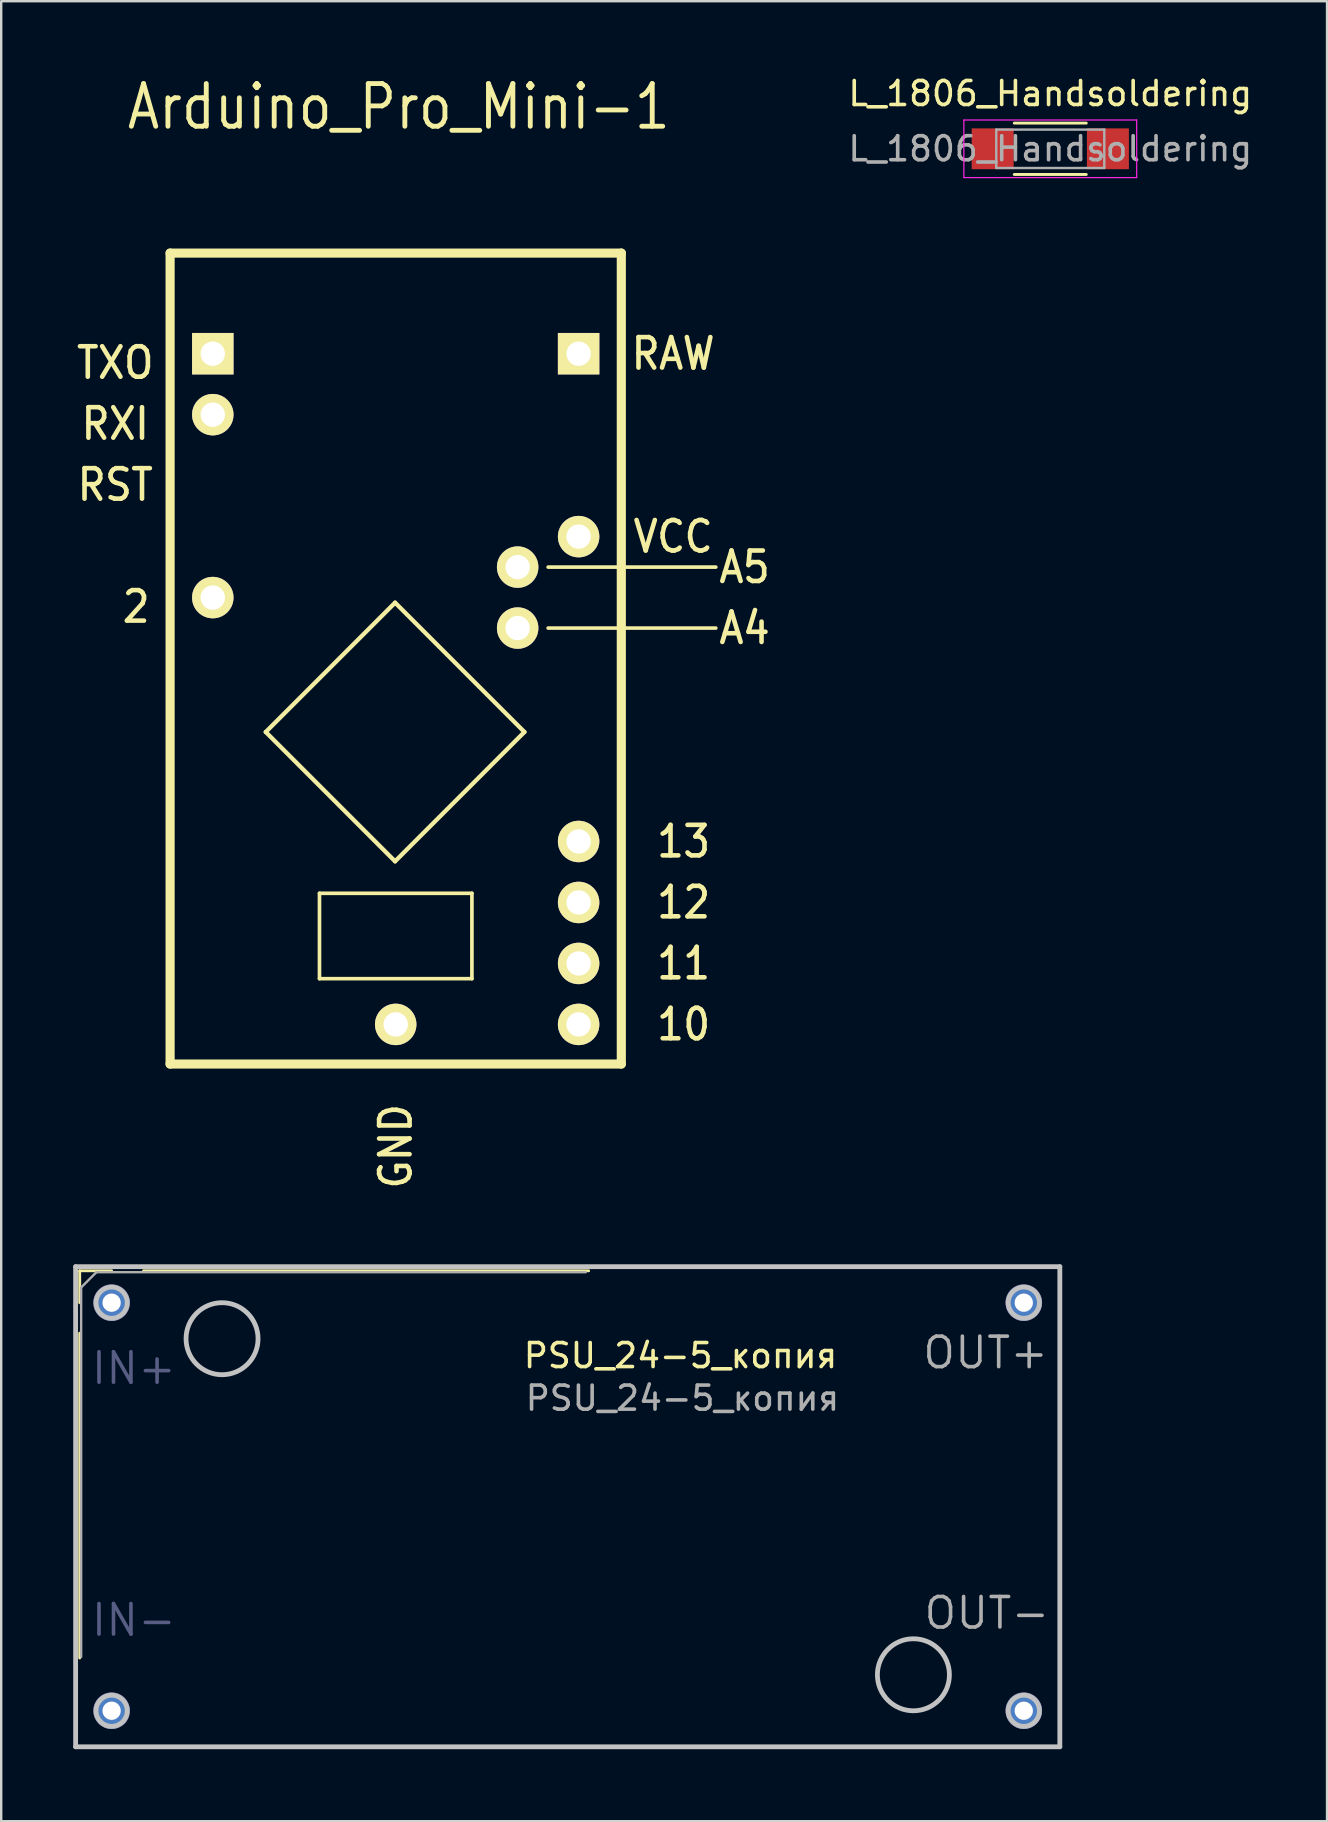
<source format=kicad_pcb>
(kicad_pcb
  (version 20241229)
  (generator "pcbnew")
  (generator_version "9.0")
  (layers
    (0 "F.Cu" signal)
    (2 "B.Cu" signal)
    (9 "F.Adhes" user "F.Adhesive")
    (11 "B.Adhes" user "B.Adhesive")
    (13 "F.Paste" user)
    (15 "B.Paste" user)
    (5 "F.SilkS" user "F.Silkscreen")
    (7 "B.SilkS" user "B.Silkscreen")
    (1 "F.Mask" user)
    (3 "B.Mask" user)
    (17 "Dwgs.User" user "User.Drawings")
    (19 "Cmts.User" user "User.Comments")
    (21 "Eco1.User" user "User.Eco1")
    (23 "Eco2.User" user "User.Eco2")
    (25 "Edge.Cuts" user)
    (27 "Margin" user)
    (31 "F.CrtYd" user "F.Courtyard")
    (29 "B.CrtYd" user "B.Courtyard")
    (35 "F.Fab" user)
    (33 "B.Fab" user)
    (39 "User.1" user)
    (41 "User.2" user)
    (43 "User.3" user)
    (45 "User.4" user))
  (footprint "PSU_24-5_копия"
    (layer "F.Cu")
    (at 1.6 51.217)
    (property "Reference" "PSU_24-5_копия" (at 23.698 2.205 0) (layer "F.SilkS") (effects (font (size 1 1) (thickness 0.15))))
    (attr through_hole)
    (fp_line (start -1.33 -1.33) (end -1.33 0) (stroke (width 0.12) (type solid)) (layer "F.SilkS"))
    (fp_line (start -1.33 14.8) (end -1.33 1.27) (stroke (width 0.12) (type solid)) (layer "F.SilkS"))
    (fp_line (start 0 -1.33) (end -1.33 -1.33) (stroke (width 0.12) (type solid)) (layer "F.SilkS"))
    (fp_line (start 1.33 -1.33) (end 19.872 -1.33) (stroke (width 0.12) (type solid)) (layer "F.SilkS"))
    (fp_line (start -1.5 -1.5) (end 39.5 -1.5) (stroke (width 0.2) (type solid)) (layer "Dwgs.User"))
    (fp_line (start -1.5 18.5) (end -1.5 -1.5) (stroke (width 0.2) (type solid)) (layer "Dwgs.User"))
    (fp_line (start 39.5 -1.5) (end 39.5 18.5) (stroke (width 0.2) (type solid)) (layer "Dwgs.User"))
    (fp_line (start 39.5 18.5) (end -1.5 18.5) (stroke (width 0.2) (type solid)) (layer "Dwgs.User"))
    (fp_circle (center 0 0) (end 0.65 0) (stroke (width 0.2) (type solid)) (fill no) (layer "Dwgs.User"))
    (fp_circle (center 0 17) (end 0.65 17) (stroke (width 0.2) (type solid)) (fill no) (layer "Dwgs.User"))
    (fp_circle (center 4.6 1.5) (end 6.1 1.5) (stroke (width 0.2) (type solid)) (fill no) (layer "Dwgs.User"))
    (fp_circle (center 33.4 15.5) (end 34.9 15.5) (stroke (width 0.2) (type solid)) (fill no) (layer "Dwgs.User"))
    (fp_circle (center 38 0) (end 38.65 0) (stroke (width 0.2) (type solid)) (fill no) (layer "Dwgs.User"))
    (fp_circle (center 38 17) (end 38.65 17) (stroke (width 0.2) (type solid)) (fill no) (layer "Dwgs.User"))
    (fp_line (start -1.52 -1.52) (end 20 -1.52) (stroke (width 0.05) (type solid)) (layer "F.CrtYd"))
    (fp_line (start -1.52 15) (end -1.52 -1.52) (stroke (width 0.05) (type solid)) (layer "F.CrtYd"))
    (fp_line (start -1.27 -0.635) (end -0.635 -1.27) (stroke (width 0.1) (type solid)) (layer "F.Fab"))
    (fp_line (start -1.27 14.75) (end -1.27 -0.635) (stroke (width 0.1) (type solid)) (layer "F.Fab"))
    (fp_line (start -0.635 -1.27) (end 19.75 -1.27) (stroke (width 0.1) (type solid)) (layer "F.Fab"))
    (fp_text user "IN+" (at 0.925 2.733 0) (layer "B.Fab") (effects (font (size 1.27 1.27) (thickness 0.15))))
    (fp_text user "IN-" (at 0.925 13.223 0) (layer "B.Fab") (effects (font (size 1.27 1.27) (thickness 0.15))))
    (fp_text user "OUT+" (at 36.408 2.083 0) (layer "F.Fab") (effects (font (size 1.27 1.27) (thickness 0.15))))
    (fp_text user "${REFERENCE}" (at 23.779 3.978 0) (layer "F.Fab") (effects (font (size 1 1) (thickness 0.15))))
    (fp_text user "OUT-" (at 36.459 12.929 0) (layer "F.Fab") (effects (font (size 1.27 1.27) (thickness 0.15))))
    (pad "1" thru_hole circle (at 0 0) (size 1.524 1.524) (drill 0.762) (layers "*.Cu" "*.Mask"))
    (pad "2" thru_hole circle (at 0 16.998) (size 1.524 1.524) (drill 0.762) (layers "*.Cu" "*.Mask"))
    (pad "3" thru_hole circle (at 37.998 16.998) (size 1.524 1.524) (drill 0.762) (layers "*.Cu" "*.Mask"))
    (pad "4" thru_hole circle (at 37.998 0) (size 1.524 1.524) (drill 0.762) (layers "*.Cu" "*.Mask")))
  (footprint "Arduino_Pro_Mini-1"
    (layer "F.Cu")
    (at 13.434 24.384)
    (property "Reference" "Arduino_Pro_Mini-1" (at 0.127 -22.987 0) (layer "F.SilkS") (effects (font (size 1.778 1.524) (thickness 0.203))))
    (attr through_hole)
    (fp_line (start -9.398 -16.891) (end 9.398 -16.891) (stroke (width 0.381) (type solid)) (layer "F.SilkS"))
    (fp_line (start -9.398 16.891) (end -9.398 -16.891) (stroke (width 0.381) (type solid)) (layer "F.SilkS"))
    (fp_line (start -5.414 3.059) (end -0.026 -2.329) (stroke (width 0.178) (type solid)) (layer "F.SilkS"))
    (fp_line (start -5.414 3.059) (end -0.026 8.447) (stroke (width 0.178) (type solid)) (layer "F.SilkS"))
    (fp_line (start -3.175 9.779) (end -3.175 13.335) (stroke (width 0.152) (type solid)) (layer "F.SilkS"))
    (fp_line (start -3.175 13.335) (end 3.175 13.335) (stroke (width 0.152) (type solid)) (layer "F.SilkS"))
    (fp_line (start -0.026 -2.329) (end 5.362 3.059) (stroke (width 0.178) (type solid)) (layer "F.SilkS"))
    (fp_line (start -0.026 8.447) (end 5.362 3.059) (stroke (width 0.178) (type solid)) (layer "F.SilkS"))
    (fp_line (start 3.175 9.779) (end -3.175 9.779) (stroke (width 0.152) (type solid)) (layer "F.SilkS"))
    (fp_line (start 3.175 9.779) (end 3.175 13.335) (stroke (width 0.152) (type solid)) (layer "F.SilkS"))
    (fp_line (start 6.35 -3.81) (end 13.335 -3.81) (stroke (width 0.152) (type solid)) (layer "F.SilkS"))
    (fp_line (start 6.35 -1.27) (end 13.335 -1.27) (stroke (width 0.152) (type solid)) (layer "F.SilkS"))
    (fp_line (start 9.398 -16.891) (end 9.398 16.891) (stroke (width 0.381) (type solid)) (layer "F.SilkS"))
    (fp_line (start 9.398 16.891) (end -9.398 16.891) (stroke (width 0.381) (type solid)) (layer "F.SilkS"))
    (fp_text user "RST" (at -11.684 -7.239 0) (layer "F.SilkS") (effects (font (size 1.27 1.143) (thickness 0.191))))
    (fp_text user " 12" (at 11.557 10.16 0) (layer "F.SilkS") (effects (font (size 1.27 1.143) (thickness 0.191))))
    (fp_text user " A5" (at 14.097 -3.81 0) (layer "F.SilkS") (effects (font (size 1.27 1.143) (thickness 0.191))))
    (fp_text user "RAW" (at 11.557 -12.7 0) (layer "F.SilkS") (effects (font (size 1.27 1.143) (thickness 0.191))))
    (fp_text user "RXI" (at -11.684 -9.779 0) (layer "F.SilkS") (effects (font (size 1.27 1.143) (thickness 0.191))))
    (fp_text user " 10" (at 11.557 15.24 0) (layer "F.SilkS") (effects (font (size 1.27 1.143) (thickness 0.191))))
    (fp_text user "  2" (at -11.684 -2.159 0) (layer "F.SilkS") (effects (font (size 1.27 1.143) (thickness 0.191))))
    (fp_text user "VCC" (at 11.557 -5.08 0) (layer "F.SilkS") (effects (font (size 1.27 1.143) (thickness 0.191))))
    (fp_text user " 11" (at 11.557 12.7 0) (layer "F.SilkS") (effects (font (size 1.27 1.143) (thickness 0.191))))
    (fp_text user "TXO" (at -11.684 -12.319 0) (layer "F.SilkS") (effects (font (size 1.27 1.143) (thickness 0.191))))
    (fp_text user " A4" (at 14.097 -1.27 0) (layer "F.SilkS") (effects (font (size 1.27 1.143) (thickness 0.191))))
    (fp_text user " 13" (at 11.557 7.62 0) (layer "F.SilkS") (effects (font (size 1.27 1.143) (thickness 0.191))))
    (fp_text user "GND" (at 0 20.32 90) (layer "F.SilkS") (effects (font (size 1.27 1.143) (thickness 0.191))))
    (pad "1A" thru_hole rect (at 7.62 -12.7) (size 1.727 1.727) (drill 1.016) (layers "*.Cu" "*.Mask" "F.SilkS"))
    (pad "1B" thru_hole circle (at 0 15.24) (size 1.727 1.727) (drill 1.016) (layers "*.Cu" "*.Mask" "F.SilkS"))
    (pad "1D" thru_hole rect (at -7.62 -12.7) (size 1.727 1.727) (drill 1.016) (layers "*.Cu" "*.Mask" "F.SilkS"))
    (pad "2D" thru_hole circle (at -7.62 -10.16) (size 1.727 1.727) (drill 1.016) (layers "*.Cu" "*.Mask" "F.SilkS"))
    (pad "4A" thru_hole circle (at 7.62 -5.08) (size 1.727 1.727) (drill 1.016) (layers "*.Cu" "*.Mask" "F.SilkS"))
    (pad "4B" thru_hole circle (at 5.08 -1.27) (size 1.727 1.727) (drill 1.016) (layers "*.Cu" "*.Mask" "F.SilkS"))
    (pad "5B" thru_hole circle (at 5.08 -3.81) (size 1.727 1.727) (drill 1.016) (layers "*.Cu" "*.Mask" "F.SilkS"))
    (pad "5D" thru_hole circle (at -7.62 -2.54) (size 1.727 1.727) (drill 1.016) (layers "*.Cu" "*.Mask" "F.SilkS"))
    (pad "9A" thru_hole circle (at 7.62 7.62) (size 1.727 1.727) (drill 1.016) (layers "*.Cu" "*.Mask" "F.SilkS"))
    (pad "10A" thru_hole circle (at 7.62 10.16) (size 1.727 1.727) (drill 1.016) (layers "*.Cu" "*.Mask" "F.SilkS"))
    (pad "11A" thru_hole circle (at 7.62 12.7) (size 1.727 1.727) (drill 1.016) (layers "*.Cu" "*.Mask" "F.SilkS"))
    (pad "12A" thru_hole circle (at 7.62 15.24) (size 1.727 1.727) (drill 1.016) (layers "*.Cu" "*.Mask" "F.SilkS")))
  (footprint "L_1806_Handsoldering"
    (layer "F.Cu")
    (at 40.702 3.148)
    (property "Reference" "L_1806_Handsoldering" (at 0 -2.3 0) (layer "F.SilkS") (effects (font (size 1 1) (thickness 0.15))))
    (attr smd)
    (fp_line (start -1.5 -1.07) (end 1.5 -1.07) (stroke (width 0.12) (type solid)) (layer "F.SilkS"))
    (fp_line (start 1.5 1.07) (end -1.5 1.07) (stroke (width 0.12) (type solid)) (layer "F.SilkS"))
    (fp_line (start -3.6 -1.2) (end -3.6 1.2) (stroke (width 0.05) (type solid)) (layer "F.CrtYd"))
    (fp_line (start -3.6 -1.2) (end 3.6 -1.2) (stroke (width 0.05) (type solid)) (layer "F.CrtYd"))
    (fp_line (start -3.6 1.2) (end 3.6 1.2) (stroke (width 0.05) (type solid)) (layer "F.CrtYd"))
    (fp_line (start 3.6 -1.2) (end 3.6 1.2) (stroke (width 0.05) (type solid)) (layer "F.CrtYd"))
    (fp_line (start -2.25 -0.8) (end 2.25 -0.8) (stroke (width 0.1) (type solid)) (layer "F.Fab"))
    (fp_line (start -2.25 0.8) (end -2.25 -0.8) (stroke (width 0.1) (type solid)) (layer "F.Fab"))
    (fp_line (start 2.25 -0.8) (end 2.25 0.8) (stroke (width 0.1) (type solid)) (layer "F.Fab"))
    (fp_line (start 2.25 0.8) (end -2.25 0.8) (stroke (width 0.1) (type solid)) (layer "F.Fab"))
    (fp_text user "${REFERENCE}" (at 0 0 0) (layer "F.Fab") (effects (font (size 1 1) (thickness 0.15))))
    (pad "1" smd rect (at -2.4 0) (size 1.75 1.7) (layers "F.Cu" "F.Mask" "F.Paste"))
    (pad "2" smd rect (at 2.4 0) (size 1.75 1.7) (layers "F.Cu" "F.Mask" "F.Paste")))
  (gr_rect
    (start -3 -3)
    (end 52.231 72.817)
    (stroke (width 0.1) (type default))
    (fill no)
    (layer "Edge.Cuts")))
</source>
